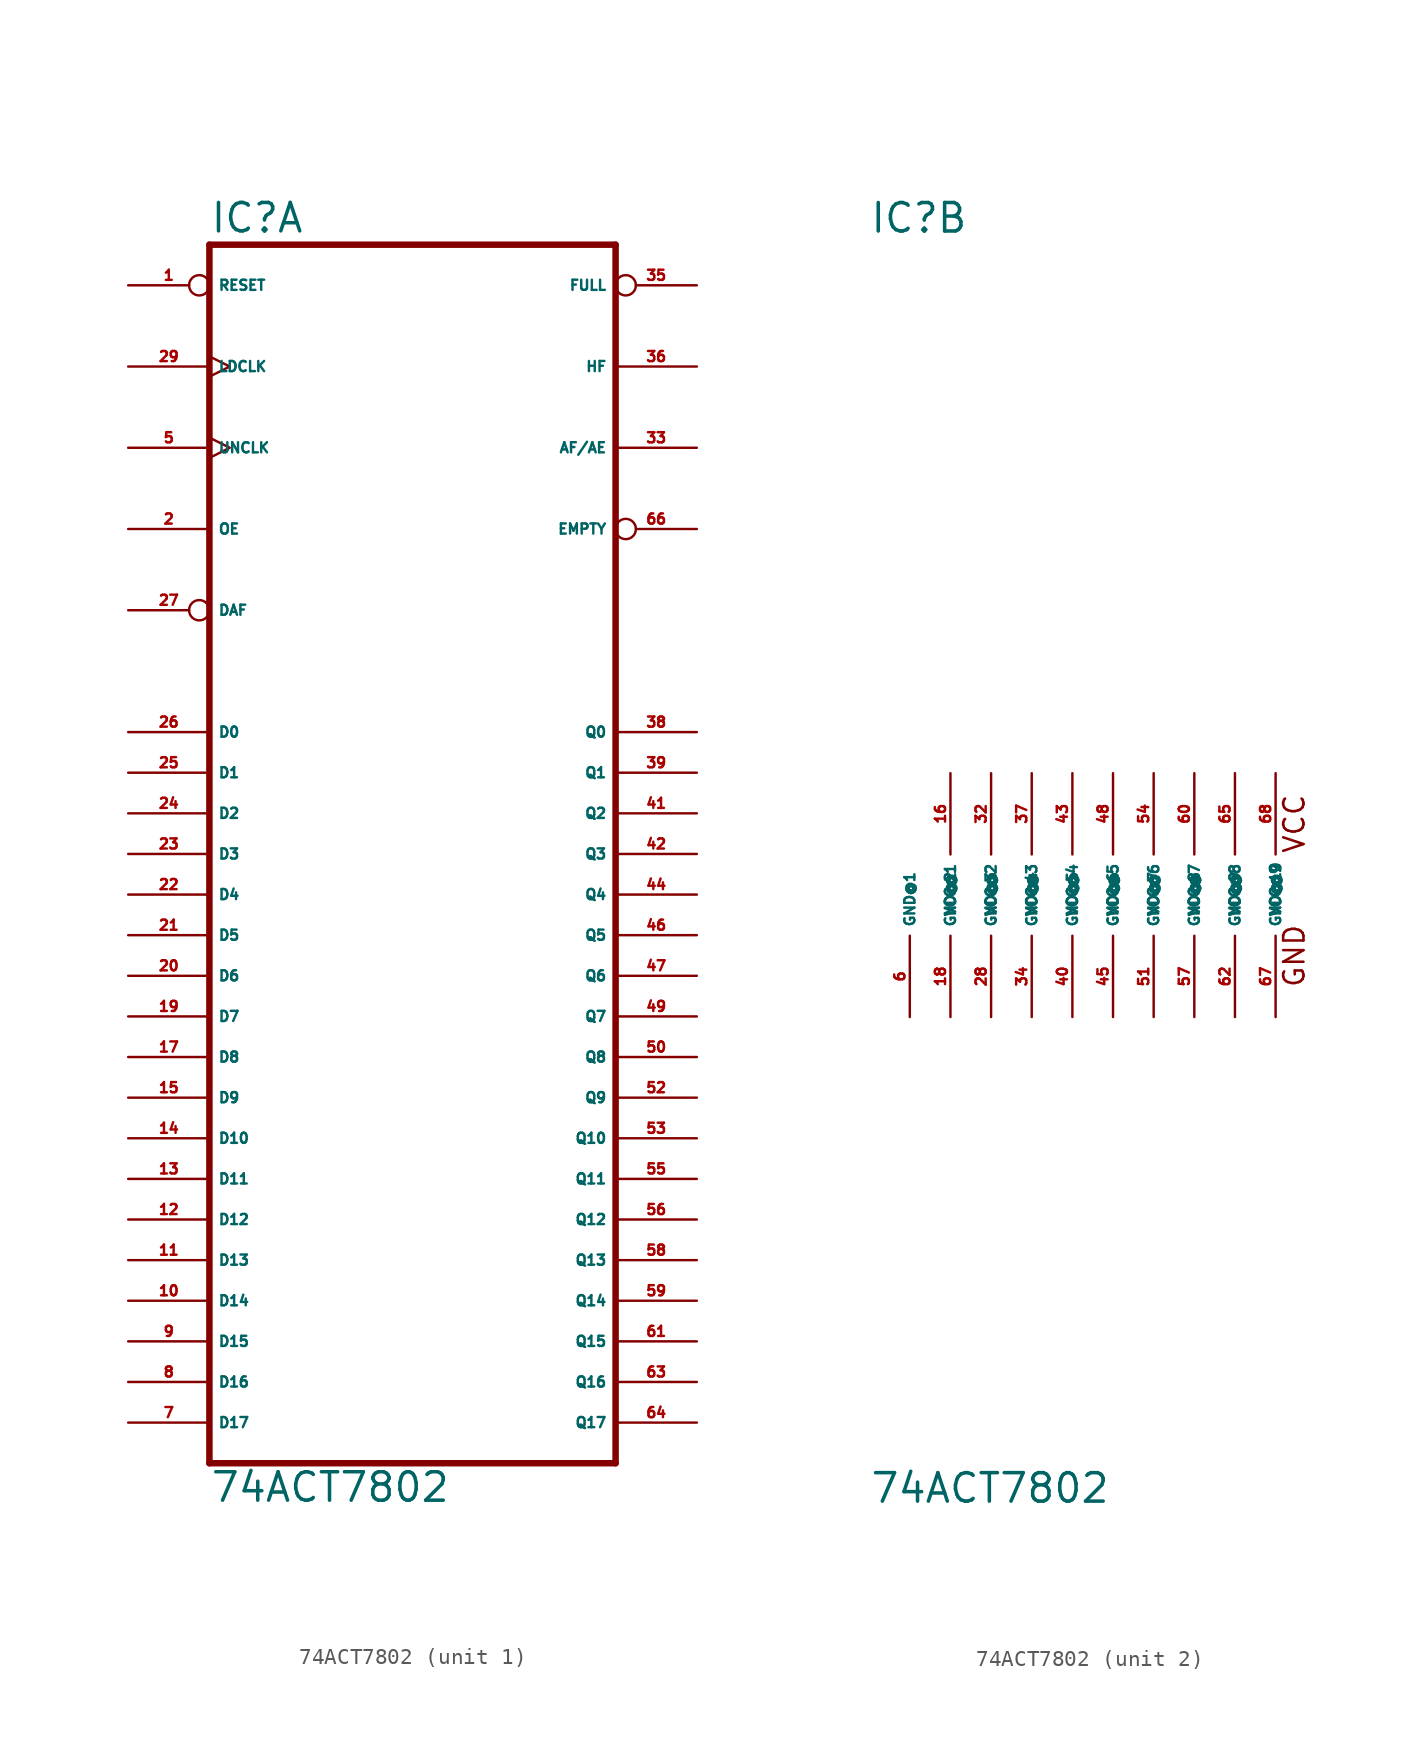
<source format=kicad_sym>
(kicad_symbol_lib
  (version 20220914)
  (generator Eagle2Kicad)
  (symbol "74ACT7802"
    (property "Reference" "IC"
      (at -12.7 41.275 0)
      (effects (font (size 1.778 1.778) (thickness 0.22)) (justify left bottom)))
    (property "Value" "74ACT7802"
      (at -12.7 -38.1 0)
      (effects (font (size 1.778 1.778) (thickness 0.22)) (justify left bottom)))
    (symbol "74ACT7802_1_0"
      (polyline (pts (xy -12.7 -35.56) (xy 12.7 -35.56)) (stroke (width 0.406) (type default)) (fill (type none)))
      (polyline (pts (xy 12.7 40.64) (xy 12.7 -35.56)) (stroke (width 0.406) (type default)) (fill (type none)))
      (polyline (pts (xy 12.7 40.64) (xy -12.7 40.64)) (stroke (width 0.406) (type default)) (fill (type none)))
      (polyline (pts (xy -12.7 -35.56) (xy -12.7 40.64)) (stroke (width 0.406) (type default)) (fill (type none)))
      (pin input inverted (at -17.78 38.1 0) (length 5.08) (name "RESET" (effects (font (size 0.635 0.635) (thickness 0.08)) (justify left bottom))) (number "1" (effects (font (size 0.635 0.635) (thickness 0.08)) (justify left bottom))))
      (pin input clock (at -17.78 33.02 0) (length 5.08) (name "LDCLK" (effects (font (size 0.635 0.635) (thickness 0.08)) (justify left bottom))) (number "29" (effects (font (size 0.635 0.635) (thickness 0.08)) (justify left bottom))))
      (pin input clock (at -17.78 27.94 0) (length 5.08) (name "UNCLK" (effects (font (size 0.635 0.635) (thickness 0.08)) (justify left bottom))) (number "5" (effects (font (size 0.635 0.635) (thickness 0.08)) (justify left bottom))))
      (pin input line (at -17.78 22.86 0) (length 5.08) (name "OE" (effects (font (size 0.635 0.635) (thickness 0.08)) (justify left bottom))) (number "2" (effects (font (size 0.635 0.635) (thickness 0.08)) (justify left bottom))))
      (pin input inverted (at -17.78 17.78 0) (length 5.08) (name "DAF" (effects (font (size 0.635 0.635) (thickness 0.08)) (justify left bottom))) (number "27" (effects (font (size 0.635 0.635) (thickness 0.08)) (justify left bottom))))
      (pin input line (at -17.78 10.16 0) (length 5.08) (name "D0" (effects (font (size 0.635 0.635) (thickness 0.08)) (justify left bottom))) (number "26" (effects (font (size 0.635 0.635) (thickness 0.08)) (justify left bottom))))
      (pin input line (at -17.78 7.62 0) (length 5.08) (name "D1" (effects (font (size 0.635 0.635) (thickness 0.08)) (justify left bottom))) (number "25" (effects (font (size 0.635 0.635) (thickness 0.08)) (justify left bottom))))
      (pin input line (at -17.78 5.08 0) (length 5.08) (name "D2" (effects (font (size 0.635 0.635) (thickness 0.08)) (justify left bottom))) (number "24" (effects (font (size 0.635 0.635) (thickness 0.08)) (justify left bottom))))
      (pin input line (at -17.78 2.54 0) (length 5.08) (name "D3" (effects (font (size 0.635 0.635) (thickness 0.08)) (justify left bottom))) (number "23" (effects (font (size 0.635 0.635) (thickness 0.08)) (justify left bottom))))
      (pin input line (at -17.78 0 0) (length 5.08) (name "D4" (effects (font (size 0.635 0.635) (thickness 0.08)) (justify left bottom))) (number "22" (effects (font (size 0.635 0.635) (thickness 0.08)) (justify left bottom))))
      (pin input line (at -17.78 -2.54 0) (length 5.08) (name "D5" (effects (font (size 0.635 0.635) (thickness 0.08)) (justify left bottom))) (number "21" (effects (font (size 0.635 0.635) (thickness 0.08)) (justify left bottom))))
      (pin input line (at -17.78 -5.08 0) (length 5.08) (name "D6" (effects (font (size 0.635 0.635) (thickness 0.08)) (justify left bottom))) (number "20" (effects (font (size 0.635 0.635) (thickness 0.08)) (justify left bottom))))
      (pin input line (at -17.78 -7.62 0) (length 5.08) (name "D7" (effects (font (size 0.635 0.635) (thickness 0.08)) (justify left bottom))) (number "19" (effects (font (size 0.635 0.635) (thickness 0.08)) (justify left bottom))))
      (pin input line (at -17.78 -10.16 0) (length 5.08) (name "D8" (effects (font (size 0.635 0.635) (thickness 0.08)) (justify left bottom))) (number "17" (effects (font (size 0.635 0.635) (thickness 0.08)) (justify left bottom))))
      (pin input line (at -17.78 -12.7 0) (length 5.08) (name "D9" (effects (font (size 0.635 0.635) (thickness 0.08)) (justify left bottom))) (number "15" (effects (font (size 0.635 0.635) (thickness 0.08)) (justify left bottom))))
      (pin input line (at -17.78 -15.24 0) (length 5.08) (name "D10" (effects (font (size 0.635 0.635) (thickness 0.08)) (justify left bottom))) (number "14" (effects (font (size 0.635 0.635) (thickness 0.08)) (justify left bottom))))
      (pin input line (at -17.78 -17.78 0) (length 5.08) (name "D11" (effects (font (size 0.635 0.635) (thickness 0.08)) (justify left bottom))) (number "13" (effects (font (size 0.635 0.635) (thickness 0.08)) (justify left bottom))))
      (pin input line (at -17.78 -20.32 0) (length 5.08) (name "D12" (effects (font (size 0.635 0.635) (thickness 0.08)) (justify left bottom))) (number "12" (effects (font (size 0.635 0.635) (thickness 0.08)) (justify left bottom))))
      (pin input line (at -17.78 -22.86 0) (length 5.08) (name "D13" (effects (font (size 0.635 0.635) (thickness 0.08)) (justify left bottom))) (number "11" (effects (font (size 0.635 0.635) (thickness 0.08)) (justify left bottom))))
      (pin input line (at -17.78 -25.4 0) (length 5.08) (name "D14" (effects (font (size 0.635 0.635) (thickness 0.08)) (justify left bottom))) (number "10" (effects (font (size 0.635 0.635) (thickness 0.08)) (justify left bottom))))
      (pin input line (at -17.78 -27.94 0) (length 5.08) (name "D15" (effects (font (size 0.635 0.635) (thickness 0.08)) (justify left bottom))) (number "9" (effects (font (size 0.635 0.635) (thickness 0.08)) (justify left bottom))))
      (pin input line (at -17.78 -30.48 0) (length 5.08) (name "D16" (effects (font (size 0.635 0.635) (thickness 0.08)) (justify left bottom))) (number "8" (effects (font (size 0.635 0.635) (thickness 0.08)) (justify left bottom))))
      (pin input line (at -17.78 -33.02 0) (length 5.08) (name "D17" (effects (font (size 0.635 0.635) (thickness 0.08)) (justify left bottom))) (number "7" (effects (font (size 0.635 0.635) (thickness 0.08)) (justify left bottom))))
      (pin output line (at 17.78 10.16 180) (length 5.08) (name "Q0" (effects (font (size 0.635 0.635) (thickness 0.08)) (justify left bottom))) (number "38" (effects (font (size 0.635 0.635) (thickness 0.08)) (justify left bottom))))
      (pin output line (at 17.78 7.62 180) (length 5.08) (name "Q1" (effects (font (size 0.635 0.635) (thickness 0.08)) (justify left bottom))) (number "39" (effects (font (size 0.635 0.635) (thickness 0.08)) (justify left bottom))))
      (pin output line (at 17.78 5.08 180) (length 5.08) (name "Q2" (effects (font (size 0.635 0.635) (thickness 0.08)) (justify left bottom))) (number "41" (effects (font (size 0.635 0.635) (thickness 0.08)) (justify left bottom))))
      (pin output line (at 17.78 2.54 180) (length 5.08) (name "Q3" (effects (font (size 0.635 0.635) (thickness 0.08)) (justify left bottom))) (number "42" (effects (font (size 0.635 0.635) (thickness 0.08)) (justify left bottom))))
      (pin output line (at 17.78 0 180) (length 5.08) (name "Q4" (effects (font (size 0.635 0.635) (thickness 0.08)) (justify left bottom))) (number "44" (effects (font (size 0.635 0.635) (thickness 0.08)) (justify left bottom))))
      (pin output line (at 17.78 -2.54 180) (length 5.08) (name "Q5" (effects (font (size 0.635 0.635) (thickness 0.08)) (justify left bottom))) (number "46" (effects (font (size 0.635 0.635) (thickness 0.08)) (justify left bottom))))
      (pin output line (at 17.78 -5.08 180) (length 5.08) (name "Q6" (effects (font (size 0.635 0.635) (thickness 0.08)) (justify left bottom))) (number "47" (effects (font (size 0.635 0.635) (thickness 0.08)) (justify left bottom))))
      (pin output line (at 17.78 -7.62 180) (length 5.08) (name "Q7" (effects (font (size 0.635 0.635) (thickness 0.08)) (justify left bottom))) (number "49" (effects (font (size 0.635 0.635) (thickness 0.08)) (justify left bottom))))
      (pin output line (at 17.78 -10.16 180) (length 5.08) (name "Q8" (effects (font (size 0.635 0.635) (thickness 0.08)) (justify left bottom))) (number "50" (effects (font (size 0.635 0.635) (thickness 0.08)) (justify left bottom))))
      (pin output line (at 17.78 -12.7 180) (length 5.08) (name "Q9" (effects (font (size 0.635 0.635) (thickness 0.08)) (justify left bottom))) (number "52" (effects (font (size 0.635 0.635) (thickness 0.08)) (justify left bottom))))
      (pin output line (at 17.78 -15.24 180) (length 5.08) (name "Q10" (effects (font (size 0.635 0.635) (thickness 0.08)) (justify left bottom))) (number "53" (effects (font (size 0.635 0.635) (thickness 0.08)) (justify left bottom))))
      (pin output line (at 17.78 -17.78 180) (length 5.08) (name "Q11" (effects (font (size 0.635 0.635) (thickness 0.08)) (justify left bottom))) (number "55" (effects (font (size 0.635 0.635) (thickness 0.08)) (justify left bottom))))
      (pin output line (at 17.78 -20.32 180) (length 5.08) (name "Q12" (effects (font (size 0.635 0.635) (thickness 0.08)) (justify left bottom))) (number "56" (effects (font (size 0.635 0.635) (thickness 0.08)) (justify left bottom))))
      (pin output line (at 17.78 -22.86 180) (length 5.08) (name "Q13" (effects (font (size 0.635 0.635) (thickness 0.08)) (justify left bottom))) (number "58" (effects (font (size 0.635 0.635) (thickness 0.08)) (justify left bottom))))
      (pin output line (at 17.78 -25.4 180) (length 5.08) (name "Q14" (effects (font (size 0.635 0.635) (thickness 0.08)) (justify left bottom))) (number "59" (effects (font (size 0.635 0.635) (thickness 0.08)) (justify left bottom))))
      (pin output line (at 17.78 -27.94 180) (length 5.08) (name "Q15" (effects (font (size 0.635 0.635) (thickness 0.08)) (justify left bottom))) (number "61" (effects (font (size 0.635 0.635) (thickness 0.08)) (justify left bottom))))
      (pin output line (at 17.78 -30.48 180) (length 5.08) (name "Q16" (effects (font (size 0.635 0.635) (thickness 0.08)) (justify left bottom))) (number "63" (effects (font (size 0.635 0.635) (thickness 0.08)) (justify left bottom))))
      (pin output line (at 17.78 -33.02 180) (length 5.08) (name "Q17" (effects (font (size 0.635 0.635) (thickness 0.08)) (justify left bottom))) (number "64" (effects (font (size 0.635 0.635) (thickness 0.08)) (justify left bottom))))
      (pin output inverted (at 17.78 38.1 180) (length 5.08) (name "FULL" (effects (font (size 0.635 0.635) (thickness 0.08)) (justify left bottom))) (number "35" (effects (font (size 0.635 0.635) (thickness 0.08)) (justify left bottom))))
      (pin output line (at 17.78 33.02 180) (length 5.08) (name "HF" (effects (font (size 0.635 0.635) (thickness 0.08)) (justify left bottom))) (number "36" (effects (font (size 0.635 0.635) (thickness 0.08)) (justify left bottom))))
      (pin output line (at 17.78 27.94 180) (length 5.08) (name "AF/AE" (effects (font (size 0.635 0.635) (thickness 0.08)) (justify left bottom))) (number "33" (effects (font (size 0.635 0.635) (thickness 0.08)) (justify left bottom))))
      (pin output inverted (at 17.78 22.86 180) (length 5.08) (name "EMPTY" (effects (font (size 0.635 0.635) (thickness 0.08)) (justify left bottom))) (number "66" (effects (font (size 0.635 0.635) (thickness 0.08)) (justify left bottom)))))
    (symbol "74ACT7802_2_0"
      (text "VCC" (at 14.605 2.54 900) (effects (font (size 1.27 1.27) (thickness 0.16)) (justify left bottom)))
      (text "GND" (at 14.605 -5.842 900) (effects (font (size 1.27 1.27) (thickness 0.16)) (justify left bottom)))
      (pin unspecified line (at -7.62 7.62 270) (length 5.08) (name "VCC@1" (effects (font (size 0.635 0.635) (thickness 0.08)) (justify left bottom))) (number "16" (effects (font (size 0.635 0.635) (thickness 0.08)) (justify left bottom))))
      (pin unspecified line (at -5.08 7.62 270) (length 5.08) (name "VCC@2" (effects (font (size 0.635 0.635) (thickness 0.08)) (justify left bottom))) (number "32" (effects (font (size 0.635 0.635) (thickness 0.08)) (justify left bottom))))
      (pin unspecified line (at -2.54 7.62 270) (length 5.08) (name "VCC@3" (effects (font (size 0.635 0.635) (thickness 0.08)) (justify left bottom))) (number "37" (effects (font (size 0.635 0.635) (thickness 0.08)) (justify left bottom))))
      (pin unspecified line (at 0 7.62 270) (length 5.08) (name "VCC@4" (effects (font (size 0.635 0.635) (thickness 0.08)) (justify left bottom))) (number "43" (effects (font (size 0.635 0.635) (thickness 0.08)) (justify left bottom))))
      (pin unspecified line (at 2.54 7.62 270) (length 5.08) (name "VCC@5" (effects (font (size 0.635 0.635) (thickness 0.08)) (justify left bottom))) (number "48" (effects (font (size 0.635 0.635) (thickness 0.08)) (justify left bottom))))
      (pin unspecified line (at 5.08 7.62 270) (length 5.08) (name "VCC@6" (effects (font (size 0.635 0.635) (thickness 0.08)) (justify left bottom))) (number "54" (effects (font (size 0.635 0.635) (thickness 0.08)) (justify left bottom))))
      (pin unspecified line (at 7.62 7.62 270) (length 5.08) (name "VCC@7" (effects (font (size 0.635 0.635) (thickness 0.08)) (justify left bottom))) (number "60" (effects (font (size 0.635 0.635) (thickness 0.08)) (justify left bottom))))
      (pin unspecified line (at 10.16 7.62 270) (length 5.08) (name "VCC@8" (effects (font (size 0.635 0.635) (thickness 0.08)) (justify left bottom))) (number "65" (effects (font (size 0.635 0.635) (thickness 0.08)) (justify left bottom))))
      (pin unspecified line (at 12.7 7.62 270) (length 5.08) (name "VCC@9" (effects (font (size 0.635 0.635) (thickness 0.08)) (justify left bottom))) (number "68" (effects (font (size 0.635 0.635) (thickness 0.08)) (justify left bottom))))
      (pin unspecified line (at -10.16 -7.62 90) (length 5.08) (name "GND@1" (effects (font (size 0.635 0.635) (thickness 0.08)) (justify left bottom))) (number "6" (effects (font (size 0.635 0.635) (thickness 0.08)) (justify left bottom))))
      (pin unspecified line (at -7.62 -7.62 90) (length 5.08) (name "GND@2" (effects (font (size 0.635 0.635) (thickness 0.08)) (justify left bottom))) (number "18" (effects (font (size 0.635 0.635) (thickness 0.08)) (justify left bottom))))
      (pin unspecified line (at -5.08 -7.62 90) (length 5.08) (name "GND@3" (effects (font (size 0.635 0.635) (thickness 0.08)) (justify left bottom))) (number "28" (effects (font (size 0.635 0.635) (thickness 0.08)) (justify left bottom))))
      (pin unspecified line (at -2.54 -7.62 90) (length 5.08) (name "GND@4" (effects (font (size 0.635 0.635) (thickness 0.08)) (justify left bottom))) (number "34" (effects (font (size 0.635 0.635) (thickness 0.08)) (justify left bottom))))
      (pin unspecified line (at 0 -7.62 90) (length 5.08) (name "GND@5" (effects (font (size 0.635 0.635) (thickness 0.08)) (justify left bottom))) (number "40" (effects (font (size 0.635 0.635) (thickness 0.08)) (justify left bottom))))
      (pin unspecified line (at 2.54 -7.62 90) (length 5.08) (name "GND@6" (effects (font (size 0.635 0.635) (thickness 0.08)) (justify left bottom))) (number "45" (effects (font (size 0.635 0.635) (thickness 0.08)) (justify left bottom))))
      (pin unspecified line (at 5.08 -7.62 90) (length 5.08) (name "GND@7" (effects (font (size 0.635 0.635) (thickness 0.08)) (justify left bottom))) (number "51" (effects (font (size 0.635 0.635) (thickness 0.08)) (justify left bottom))))
      (pin unspecified line (at 7.62 -7.62 90) (length 5.08) (name "GND@8" (effects (font (size 0.635 0.635) (thickness 0.08)) (justify left bottom))) (number "57" (effects (font (size 0.635 0.635) (thickness 0.08)) (justify left bottom))))
      (pin unspecified line (at 10.16 -7.62 90) (length 5.08) (name "GND@9" (effects (font (size 0.635 0.635) (thickness 0.08)) (justify left bottom))) (number "62" (effects (font (size 0.635 0.635) (thickness 0.08)) (justify left bottom))))
      (pin unspecified line (at 12.7 -7.62 90) (length 5.08) (name "GND@10" (effects (font (size 0.635 0.635) (thickness 0.08)) (justify left bottom))) (number "67" (effects (font (size 0.635 0.635) (thickness 0.08)) (justify left bottom)))))))
</source>
